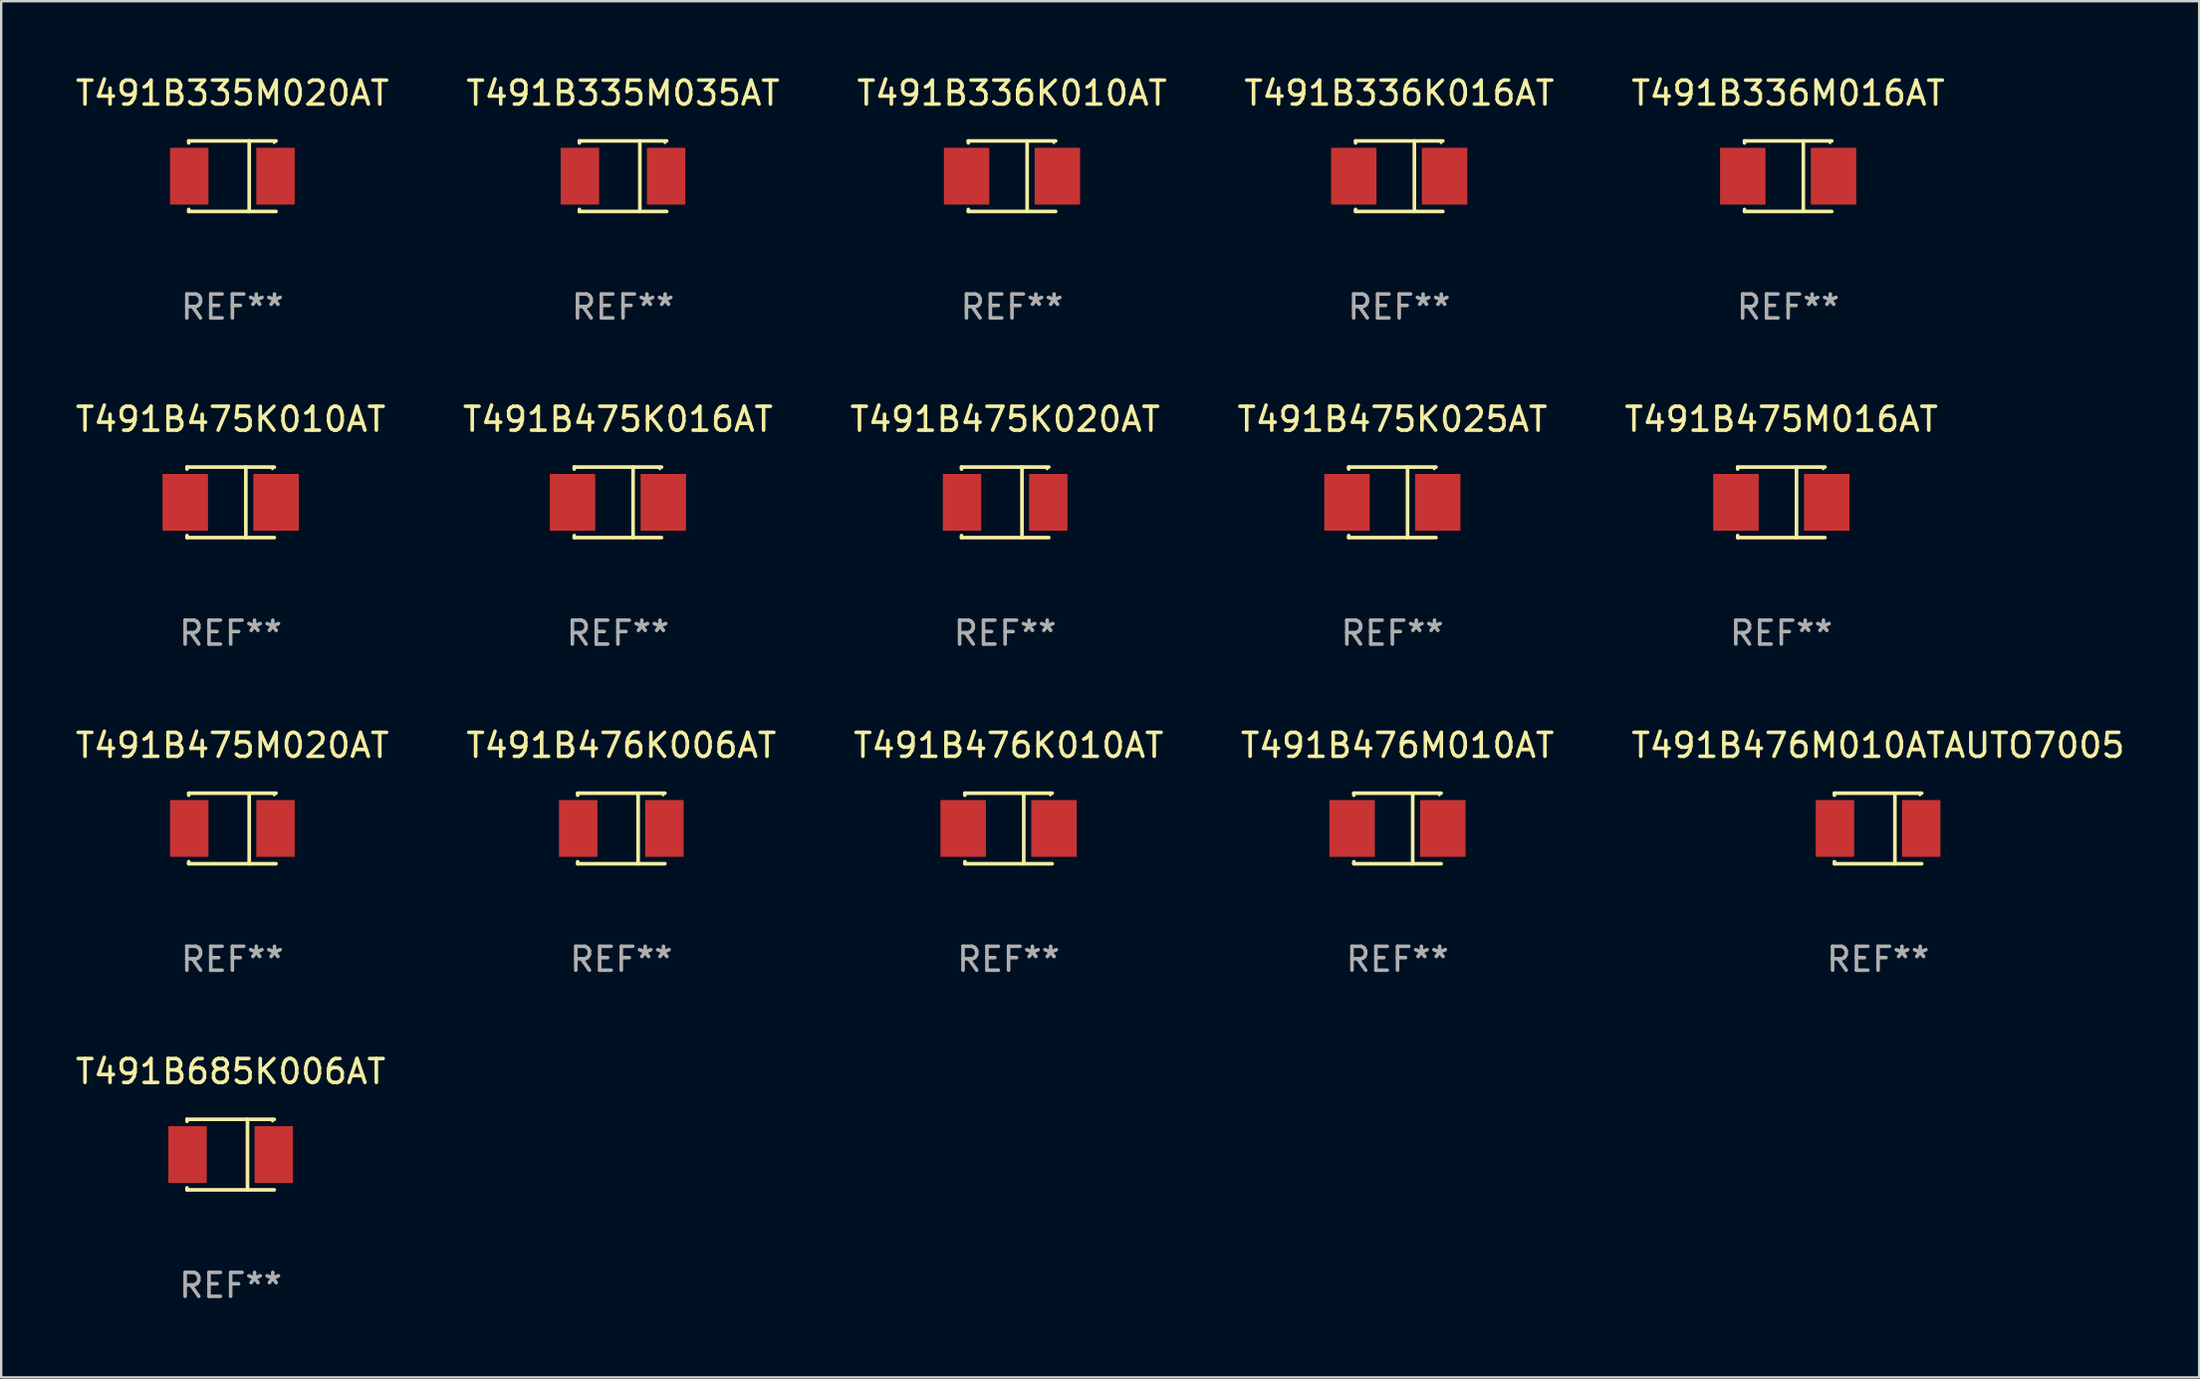
<source format=kicad_pcb>
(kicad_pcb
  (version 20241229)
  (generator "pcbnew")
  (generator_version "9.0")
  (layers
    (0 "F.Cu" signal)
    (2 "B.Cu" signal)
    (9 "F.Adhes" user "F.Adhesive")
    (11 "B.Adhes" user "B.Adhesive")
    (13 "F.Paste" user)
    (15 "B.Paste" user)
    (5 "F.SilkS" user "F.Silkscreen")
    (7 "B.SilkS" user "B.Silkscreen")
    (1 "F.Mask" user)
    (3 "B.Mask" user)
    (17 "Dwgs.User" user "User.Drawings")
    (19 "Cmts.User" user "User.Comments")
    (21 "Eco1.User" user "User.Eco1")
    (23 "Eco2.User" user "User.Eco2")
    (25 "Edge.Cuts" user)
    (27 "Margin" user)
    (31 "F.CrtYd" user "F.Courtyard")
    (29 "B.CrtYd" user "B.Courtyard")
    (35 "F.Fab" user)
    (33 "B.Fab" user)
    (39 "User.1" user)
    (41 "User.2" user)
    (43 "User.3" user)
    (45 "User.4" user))
  (footprint "T491B335M035AT"
    (layer "F.Cu")
    (at 23.018 4.324)
    (property "Reference" "T491B335M035AT" (at 0 -3.476 0) (layer "F.SilkS") (effects (font (size 1 1) (thickness 0.15))))
    (attr through_hole)
    (fp_line (start -1.826 -1.476) (end -1.826 -1.391) (stroke (width 0.152) (type solid)) (layer "F.SilkS"))
    (fp_line (start -1.826 -1.476) (end 1.826 -1.476) (stroke (width 0.152) (type solid)) (layer "F.SilkS"))
    (fp_line (start -1.826 1.476) (end -1.826 1.391) (stroke (width 0.152) (type solid)) (layer "F.SilkS"))
    (fp_line (start -1.826 1.476) (end 1.826 1.476) (stroke (width 0.152) (type solid)) (layer "F.SilkS"))
    (fp_line (start 0.704 -1.476) (end 0.704 1.476) (stroke (width 0.152) (type solid)) (layer "F.SilkS"))
    (fp_circle (center 1.75 -1.4) (end 1.78 -1.4) (stroke (width 0.06) (type solid)) (fill no) (layer "F.SilkS"))
    (fp_text user "REF**" (at 0 5.476 0) (layer "F.Fab") (effects (font (size 1 1) (thickness 0.15))))
    (pad "1" smd rect (at 1.804 0) (size 1.607 2.376) (layers "F.Cu" "F.Mask" "F.Paste"))
    (pad "2" smd rect (at -1.804 0) (size 1.607 2.376) (layers "F.Cu" "F.Mask" "F.Paste")))
  (footprint "T491B475K010AT"
    (layer "F.Cu")
    (at 6.601 17.973)
    (property "Reference" "T491B475K010AT" (at 0 -3.476 0) (layer "F.SilkS") (effects (font (size 1 1) (thickness 0.15))))
    (attr through_hole)
    (fp_line (start -1.826 -1.476) (end -1.826 -1.391) (stroke (width 0.152) (type solid)) (layer "F.SilkS"))
    (fp_line (start -1.826 -1.476) (end 1.826 -1.476) (stroke (width 0.152) (type solid)) (layer "F.SilkS"))
    (fp_line (start -1.826 1.476) (end -1.826 1.391) (stroke (width 0.152) (type solid)) (layer "F.SilkS"))
    (fp_line (start -1.826 1.476) (end 1.826 1.476) (stroke (width 0.152) (type solid)) (layer "F.SilkS"))
    (fp_line (start 0.635 -1.476) (end 0.635 1.476) (stroke (width 0.152) (type solid)) (layer "F.SilkS"))
    (fp_circle (center 1.75 -1.4) (end 1.78 -1.4) (stroke (width 0.06) (type solid)) (fill no) (layer "F.SilkS"))
    (fp_text user "REF**" (at 0 5.476 0) (layer "F.Fab") (effects (font (size 1 1) (thickness 0.15))))
    (pad "1" smd rect (at 1.899 0) (size 1.9 2.376) (layers "F.Cu" "F.Mask" "F.Paste"))
    (pad "2" smd rect (at -1.899 0) (size 1.9 2.376) (layers "F.Cu" "F.Mask" "F.Paste")))
  (footprint "T491B475K016AT"
    (layer "F.Cu")
    (at 22.804 17.973)
    (property "Reference" "T491B475K016AT" (at 0 -3.476 0) (layer "F.SilkS") (effects (font (size 1 1) (thickness 0.15))))
    (attr through_hole)
    (fp_line (start -1.826 -1.476) (end -1.826 -1.391) (stroke (width 0.152) (type solid)) (layer "F.SilkS"))
    (fp_line (start -1.826 -1.476) (end 1.826 -1.476) (stroke (width 0.152) (type solid)) (layer "F.SilkS"))
    (fp_line (start -1.826 1.476) (end -1.826 1.391) (stroke (width 0.152) (type solid)) (layer "F.SilkS"))
    (fp_line (start -1.826 1.476) (end 1.826 1.476) (stroke (width 0.152) (type solid)) (layer "F.SilkS"))
    (fp_line (start 0.635 -1.476) (end 0.635 1.476) (stroke (width 0.152) (type solid)) (layer "F.SilkS"))
    (fp_circle (center 1.75 -1.4) (end 1.78 -1.4) (stroke (width 0.06) (type solid)) (fill no) (layer "F.SilkS"))
    (fp_text user "REF**" (at 0 5.476 0) (layer "F.Fab") (effects (font (size 1 1) (thickness 0.15))))
    (pad "1" smd rect (at 1.899 0) (size 1.9 2.376) (layers "F.Cu" "F.Mask" "F.Paste"))
    (pad "2" smd rect (at -1.899 0) (size 1.9 2.376) (layers "F.Cu" "F.Mask" "F.Paste")))
  (footprint "T491B475K020AT"
    (layer "F.Cu")
    (at 39.006 17.973)
    (property "Reference" "T491B475K020AT" (at 0 -3.476 0) (layer "F.SilkS") (effects (font (size 1 1) (thickness 0.15))))
    (attr through_hole)
    (fp_line (start -1.826 -1.476) (end -1.826 -1.391) (stroke (width 0.152) (type solid)) (layer "F.SilkS"))
    (fp_line (start -1.826 -1.476) (end 1.826 -1.476) (stroke (width 0.152) (type solid)) (layer "F.SilkS"))
    (fp_line (start -1.826 1.476) (end -1.826 1.391) (stroke (width 0.152) (type solid)) (layer "F.SilkS"))
    (fp_line (start -1.826 1.476) (end 1.826 1.476) (stroke (width 0.152) (type solid)) (layer "F.SilkS"))
    (fp_line (start 0.704 -1.476) (end 0.704 1.476) (stroke (width 0.152) (type solid)) (layer "F.SilkS"))
    (fp_circle (center 1.75 -1.4) (end 1.78 -1.4) (stroke (width 0.06) (type solid)) (fill no) (layer "F.SilkS"))
    (fp_text user "REF**" (at 0 5.476 0) (layer "F.Fab") (effects (font (size 1 1) (thickness 0.15))))
    (pad "1" smd rect (at 1.804 0) (size 1.607 2.376) (layers "F.Cu" "F.Mask" "F.Paste"))
    (pad "2" smd rect (at -1.804 0) (size 1.607 2.376) (layers "F.Cu" "F.Mask" "F.Paste")))
  (footprint "T491B336K010AT"
    (layer "F.Cu")
    (at 39.292 4.324)
    (property "Reference" "T491B336K010AT" (at 0 -3.476 0) (layer "F.SilkS") (effects (font (size 1 1) (thickness 0.15))))
    (attr through_hole)
    (fp_line (start -1.826 -1.476) (end -1.826 -1.391) (stroke (width 0.152) (type solid)) (layer "F.SilkS"))
    (fp_line (start -1.826 -1.476) (end 1.826 -1.476) (stroke (width 0.152) (type solid)) (layer "F.SilkS"))
    (fp_line (start -1.826 1.476) (end -1.826 1.391) (stroke (width 0.152) (type solid)) (layer "F.SilkS"))
    (fp_line (start -1.826 1.476) (end 1.826 1.476) (stroke (width 0.152) (type solid)) (layer "F.SilkS"))
    (fp_line (start 0.635 -1.476) (end 0.635 1.476) (stroke (width 0.152) (type solid)) (layer "F.SilkS"))
    (fp_circle (center 1.75 -1.4) (end 1.78 -1.4) (stroke (width 0.06) (type solid)) (fill no) (layer "F.SilkS"))
    (fp_text user "REF**" (at 0 5.476 0) (layer "F.Fab") (effects (font (size 1 1) (thickness 0.15))))
    (pad "1" smd rect (at 1.899 0) (size 1.9 2.376) (layers "F.Cu" "F.Mask" "F.Paste"))
    (pad "2" smd rect (at -1.899 0) (size 1.9 2.376) (layers "F.Cu" "F.Mask" "F.Paste")))
  (footprint "T491B476M010ATAUTO7005"
    (layer "F.Cu")
    (at 75.53 31.622)
    (property "Reference" "T491B476M010ATAUTO7005" (at 0 -3.476 0) (layer "F.SilkS") (effects (font (size 1 1) (thickness 0.15))))
    (attr through_hole)
    (fp_line (start -1.826 -1.476) (end -1.826 -1.391) (stroke (width 0.152) (type solid)) (layer "F.SilkS"))
    (fp_line (start -1.826 -1.476) (end 1.826 -1.476) (stroke (width 0.152) (type solid)) (layer "F.SilkS"))
    (fp_line (start -1.826 1.476) (end -1.826 1.391) (stroke (width 0.152) (type solid)) (layer "F.SilkS"))
    (fp_line (start -1.826 1.476) (end 1.826 1.476) (stroke (width 0.152) (type solid)) (layer "F.SilkS"))
    (fp_line (start 0.704 -1.476) (end 0.704 1.476) (stroke (width 0.152) (type solid)) (layer "F.SilkS"))
    (fp_circle (center 1.75 -1.4) (end 1.78 -1.4) (stroke (width 0.06) (type solid)) (fill no) (layer "F.SilkS"))
    (fp_text user "REF**" (at 0 5.476 0) (layer "F.Fab") (effects (font (size 1 1) (thickness 0.15))))
    (pad "1" smd rect (at 1.804 0) (size 1.607 2.376) (layers "F.Cu" "F.Mask" "F.Paste"))
    (pad "2" smd rect (at -1.804 0) (size 1.607 2.376) (layers "F.Cu" "F.Mask" "F.Paste")))
  (footprint "T491B335M020AT"
    (layer "F.Cu")
    (at 6.673 4.324)
    (property "Reference" "T491B335M020AT" (at 0 -3.476 0) (layer "F.SilkS") (effects (font (size 1 1) (thickness 0.15))))
    (attr through_hole)
    (fp_line (start -1.826 -1.476) (end -1.826 -1.391) (stroke (width 0.152) (type solid)) (layer "F.SilkS"))
    (fp_line (start -1.826 -1.476) (end 1.826 -1.476) (stroke (width 0.152) (type solid)) (layer "F.SilkS"))
    (fp_line (start -1.826 1.476) (end -1.826 1.391) (stroke (width 0.152) (type solid)) (layer "F.SilkS"))
    (fp_line (start -1.826 1.476) (end 1.826 1.476) (stroke (width 0.152) (type solid)) (layer "F.SilkS"))
    (fp_line (start 0.704 -1.476) (end 0.704 1.476) (stroke (width 0.152) (type solid)) (layer "F.SilkS"))
    (fp_circle (center 1.75 -1.4) (end 1.78 -1.4) (stroke (width 0.06) (type solid)) (fill no) (layer "F.SilkS"))
    (fp_text user "REF**" (at 0 5.476 0) (layer "F.Fab") (effects (font (size 1 1) (thickness 0.15))))
    (pad "1" smd rect (at 1.804 0) (size 1.607 2.376) (layers "F.Cu" "F.Mask" "F.Paste"))
    (pad "2" smd rect (at -1.804 0) (size 1.607 2.376) (layers "F.Cu" "F.Mask" "F.Paste")))
  (footprint "T491B475K025AT"
    (layer "F.Cu")
    (at 55.208 17.973)
    (property "Reference" "T491B475K025AT" (at 0 -3.476 0) (layer "F.SilkS") (effects (font (size 1 1) (thickness 0.15))))
    (attr through_hole)
    (fp_line (start -1.826 -1.476) (end -1.826 -1.391) (stroke (width 0.152) (type solid)) (layer "F.SilkS"))
    (fp_line (start -1.826 -1.476) (end 1.826 -1.476) (stroke (width 0.152) (type solid)) (layer "F.SilkS"))
    (fp_line (start -1.826 1.476) (end -1.826 1.391) (stroke (width 0.152) (type solid)) (layer "F.SilkS"))
    (fp_line (start -1.826 1.476) (end 1.826 1.476) (stroke (width 0.152) (type solid)) (layer "F.SilkS"))
    (fp_line (start 0.635 -1.476) (end 0.635 1.476) (stroke (width 0.152) (type solid)) (layer "F.SilkS"))
    (fp_circle (center 1.75 -1.4) (end 1.78 -1.4) (stroke (width 0.06) (type solid)) (fill no) (layer "F.SilkS"))
    (fp_text user "REF**" (at 0 5.476 0) (layer "F.Fab") (effects (font (size 1 1) (thickness 0.15))))
    (pad "1" smd rect (at 1.899 0) (size 1.9 2.376) (layers "F.Cu" "F.Mask" "F.Paste"))
    (pad "2" smd rect (at -1.899 0) (size 1.9 2.376) (layers "F.Cu" "F.Mask" "F.Paste")))
  (footprint "T491B685K006AT"
    (layer "F.Cu")
    (at 6.601 45.271)
    (property "Reference" "T491B685K006AT" (at 0 -3.476 0) (layer "F.SilkS") (effects (font (size 1 1) (thickness 0.15))))
    (attr through_hole)
    (fp_line (start -1.826 -1.476) (end -1.826 -1.391) (stroke (width 0.152) (type solid)) (layer "F.SilkS"))
    (fp_line (start -1.826 -1.476) (end 1.826 -1.476) (stroke (width 0.152) (type solid)) (layer "F.SilkS"))
    (fp_line (start -1.826 1.476) (end -1.826 1.391) (stroke (width 0.152) (type solid)) (layer "F.SilkS"))
    (fp_line (start -1.826 1.476) (end 1.826 1.476) (stroke (width 0.152) (type solid)) (layer "F.SilkS"))
    (fp_line (start 0.704 -1.476) (end 0.704 1.476) (stroke (width 0.152) (type solid)) (layer "F.SilkS"))
    (fp_circle (center 1.75 -1.4) (end 1.78 -1.4) (stroke (width 0.06) (type solid)) (fill no) (layer "F.SilkS"))
    (fp_text user "REF**" (at 0 5.476 0) (layer "F.Fab") (effects (font (size 1 1) (thickness 0.15))))
    (pad "1" smd rect (at 1.804 0) (size 1.607 2.376) (layers "F.Cu" "F.Mask" "F.Paste"))
    (pad "2" smd rect (at -1.804 0) (size 1.607 2.376) (layers "F.Cu" "F.Mask" "F.Paste")))
  (footprint "T491B476K006AT"
    (layer "F.Cu")
    (at 22.946 31.622)
    (property "Reference" "T491B476K006AT" (at 0 -3.476 0) (layer "F.SilkS") (effects (font (size 1 1) (thickness 0.15))))
    (attr through_hole)
    (fp_line (start -1.826 -1.476) (end -1.826 -1.391) (stroke (width 0.152) (type solid)) (layer "F.SilkS"))
    (fp_line (start -1.826 -1.476) (end 1.826 -1.476) (stroke (width 0.152) (type solid)) (layer "F.SilkS"))
    (fp_line (start -1.826 1.476) (end -1.826 1.391) (stroke (width 0.152) (type solid)) (layer "F.SilkS"))
    (fp_line (start -1.826 1.476) (end 1.826 1.476) (stroke (width 0.152) (type solid)) (layer "F.SilkS"))
    (fp_line (start 0.704 -1.476) (end 0.704 1.476) (stroke (width 0.152) (type solid)) (layer "F.SilkS"))
    (fp_circle (center 1.75 -1.4) (end 1.78 -1.4) (stroke (width 0.06) (type solid)) (fill no) (layer "F.SilkS"))
    (fp_text user "REF**" (at 0 5.476 0) (layer "F.Fab") (effects (font (size 1 1) (thickness 0.15))))
    (pad "1" smd rect (at 1.804 0) (size 1.607 2.376) (layers "F.Cu" "F.Mask" "F.Paste"))
    (pad "2" smd rect (at -1.804 0) (size 1.607 2.376) (layers "F.Cu" "F.Mask" "F.Paste")))
  (footprint "T491B475M016AT"
    (layer "F.Cu")
    (at 71.482 17.973)
    (property "Reference" "T491B475M016AT" (at 0 -3.476 0) (layer "F.SilkS") (effects (font (size 1 1) (thickness 0.15))))
    (attr through_hole)
    (fp_line (start -1.826 -1.476) (end -1.826 -1.391) (stroke (width 0.152) (type solid)) (layer "F.SilkS"))
    (fp_line (start -1.826 -1.476) (end 1.826 -1.476) (stroke (width 0.152) (type solid)) (layer "F.SilkS"))
    (fp_line (start -1.826 1.476) (end -1.826 1.391) (stroke (width 0.152) (type solid)) (layer "F.SilkS"))
    (fp_line (start -1.826 1.476) (end 1.826 1.476) (stroke (width 0.152) (type solid)) (layer "F.SilkS"))
    (fp_line (start 0.635 -1.476) (end 0.635 1.476) (stroke (width 0.152) (type solid)) (layer "F.SilkS"))
    (fp_circle (center 1.75 -1.4) (end 1.78 -1.4) (stroke (width 0.06) (type solid)) (fill no) (layer "F.SilkS"))
    (fp_text user "REF**" (at 0 5.476 0) (layer "F.Fab") (effects (font (size 1 1) (thickness 0.15))))
    (pad "1" smd rect (at 1.899 0) (size 1.9 2.376) (layers "F.Cu" "F.Mask" "F.Paste"))
    (pad "2" smd rect (at -1.899 0) (size 1.9 2.376) (layers "F.Cu" "F.Mask" "F.Paste")))
  (footprint "T491B476K010AT"
    (layer "F.Cu")
    (at 39.149 31.622)
    (property "Reference" "T491B476K010AT" (at 0 -3.476 0) (layer "F.SilkS") (effects (font (size 1 1) (thickness 0.15))))
    (attr through_hole)
    (fp_line (start -1.826 -1.476) (end -1.826 -1.391) (stroke (width 0.152) (type solid)) (layer "F.SilkS"))
    (fp_line (start -1.826 -1.476) (end 1.826 -1.476) (stroke (width 0.152) (type solid)) (layer "F.SilkS"))
    (fp_line (start -1.826 1.476) (end -1.826 1.391) (stroke (width 0.152) (type solid)) (layer "F.SilkS"))
    (fp_line (start -1.826 1.476) (end 1.826 1.476) (stroke (width 0.152) (type solid)) (layer "F.SilkS"))
    (fp_line (start 0.635 -1.476) (end 0.635 1.476) (stroke (width 0.152) (type solid)) (layer "F.SilkS"))
    (fp_circle (center 1.75 -1.4) (end 1.78 -1.4) (stroke (width 0.06) (type solid)) (fill no) (layer "F.SilkS"))
    (fp_text user "REF**" (at 0 5.476 0) (layer "F.Fab") (effects (font (size 1 1) (thickness 0.15))))
    (pad "1" smd rect (at 1.899 0) (size 1.9 2.376) (layers "F.Cu" "F.Mask" "F.Paste"))
    (pad "2" smd rect (at -1.899 0) (size 1.9 2.376) (layers "F.Cu" "F.Mask" "F.Paste")))
  (footprint "T491B336K016AT"
    (layer "F.Cu")
    (at 55.494 4.324)
    (property "Reference" "T491B336K016AT" (at 0 -3.476 0) (layer "F.SilkS") (effects (font (size 1 1) (thickness 0.15))))
    (attr through_hole)
    (fp_line (start -1.826 -1.476) (end -1.826 -1.391) (stroke (width 0.152) (type solid)) (layer "F.SilkS"))
    (fp_line (start -1.826 -1.476) (end 1.826 -1.476) (stroke (width 0.152) (type solid)) (layer "F.SilkS"))
    (fp_line (start -1.826 1.476) (end -1.826 1.391) (stroke (width 0.152) (type solid)) (layer "F.SilkS"))
    (fp_line (start -1.826 1.476) (end 1.826 1.476) (stroke (width 0.152) (type solid)) (layer "F.SilkS"))
    (fp_line (start 0.635 -1.476) (end 0.635 1.476) (stroke (width 0.152) (type solid)) (layer "F.SilkS"))
    (fp_circle (center 1.75 -1.4) (end 1.78 -1.4) (stroke (width 0.06) (type solid)) (fill no) (layer "F.SilkS"))
    (fp_text user "REF**" (at 0 5.476 0) (layer "F.Fab") (effects (font (size 1 1) (thickness 0.15))))
    (pad "1" smd rect (at 1.899 0) (size 1.9 2.376) (layers "F.Cu" "F.Mask" "F.Paste"))
    (pad "2" smd rect (at -1.899 0) (size 1.9 2.376) (layers "F.Cu" "F.Mask" "F.Paste")))
  (footprint "T491B476M010AT"
    (layer "F.Cu")
    (at 55.423 31.622)
    (property "Reference" "T491B476M010AT" (at 0 -3.476 0) (layer "F.SilkS") (effects (font (size 1 1) (thickness 0.15))))
    (attr through_hole)
    (fp_line (start -1.826 -1.476) (end -1.826 -1.391) (stroke (width 0.152) (type solid)) (layer "F.SilkS"))
    (fp_line (start -1.826 -1.476) (end 1.826 -1.476) (stroke (width 0.152) (type solid)) (layer "F.SilkS"))
    (fp_line (start -1.826 1.476) (end -1.826 1.391) (stroke (width 0.152) (type solid)) (layer "F.SilkS"))
    (fp_line (start -1.826 1.476) (end 1.826 1.476) (stroke (width 0.152) (type solid)) (layer "F.SilkS"))
    (fp_line (start 0.635 -1.476) (end 0.635 1.476) (stroke (width 0.152) (type solid)) (layer "F.SilkS"))
    (fp_circle (center 1.75 -1.4) (end 1.78 -1.4) (stroke (width 0.06) (type solid)) (fill no) (layer "F.SilkS"))
    (fp_text user "REF**" (at 0 5.476 0) (layer "F.Fab") (effects (font (size 1 1) (thickness 0.15))))
    (pad "1" smd rect (at 1.899 0) (size 1.9 2.376) (layers "F.Cu" "F.Mask" "F.Paste"))
    (pad "2" smd rect (at -1.899 0) (size 1.9 2.376) (layers "F.Cu" "F.Mask" "F.Paste")))
  (footprint "T491B336M016AT"
    (layer "F.Cu")
    (at 71.768 4.324)
    (property "Reference" "T491B336M016AT" (at 0 -3.476 0) (layer "F.SilkS") (effects (font (size 1 1) (thickness 0.15))))
    (attr through_hole)
    (fp_line (start -1.826 -1.476) (end -1.826 -1.391) (stroke (width 0.152) (type solid)) (layer "F.SilkS"))
    (fp_line (start -1.826 -1.476) (end 1.826 -1.476) (stroke (width 0.152) (type solid)) (layer "F.SilkS"))
    (fp_line (start -1.826 1.476) (end -1.826 1.391) (stroke (width 0.152) (type solid)) (layer "F.SilkS"))
    (fp_line (start -1.826 1.476) (end 1.826 1.476) (stroke (width 0.152) (type solid)) (layer "F.SilkS"))
    (fp_line (start 0.635 -1.476) (end 0.635 1.476) (stroke (width 0.152) (type solid)) (layer "F.SilkS"))
    (fp_circle (center 1.75 -1.4) (end 1.78 -1.4) (stroke (width 0.06) (type solid)) (fill no) (layer "F.SilkS"))
    (fp_text user "REF**" (at 0 5.476 0) (layer "F.Fab") (effects (font (size 1 1) (thickness 0.15))))
    (pad "1" smd rect (at 1.899 0) (size 1.9 2.376) (layers "F.Cu" "F.Mask" "F.Paste"))
    (pad "2" smd rect (at -1.899 0) (size 1.9 2.376) (layers "F.Cu" "F.Mask" "F.Paste")))
  (footprint "T491B475M020AT"
    (layer "F.Cu")
    (at 6.673 31.622)
    (property "Reference" "T491B475M020AT" (at 0 -3.476 0) (layer "F.SilkS") (effects (font (size 1 1) (thickness 0.15))))
    (attr through_hole)
    (fp_line (start -1.826 -1.476) (end -1.826 -1.391) (stroke (width 0.152) (type solid)) (layer "F.SilkS"))
    (fp_line (start -1.826 -1.476) (end 1.826 -1.476) (stroke (width 0.152) (type solid)) (layer "F.SilkS"))
    (fp_line (start -1.826 1.476) (end -1.826 1.391) (stroke (width 0.152) (type solid)) (layer "F.SilkS"))
    (fp_line (start -1.826 1.476) (end 1.826 1.476) (stroke (width 0.152) (type solid)) (layer "F.SilkS"))
    (fp_line (start 0.704 -1.476) (end 0.704 1.476) (stroke (width 0.152) (type solid)) (layer "F.SilkS"))
    (fp_circle (center 1.75 -1.4) (end 1.78 -1.4) (stroke (width 0.06) (type solid)) (fill no) (layer "F.SilkS"))
    (fp_text user "REF**" (at 0 5.476 0) (layer "F.Fab") (effects (font (size 1 1) (thickness 0.15))))
    (pad "1" smd rect (at 1.804 0) (size 1.607 2.376) (layers "F.Cu" "F.Mask" "F.Paste"))
    (pad "2" smd rect (at -1.804 0) (size 1.607 2.376) (layers "F.Cu" "F.Mask" "F.Paste")))
  (gr_rect
    (start -3 -3)
    (end 88.964 54.596)
    (stroke (width 0.1) (type default))
    (fill no)
    (layer "Edge.Cuts")))
</source>
